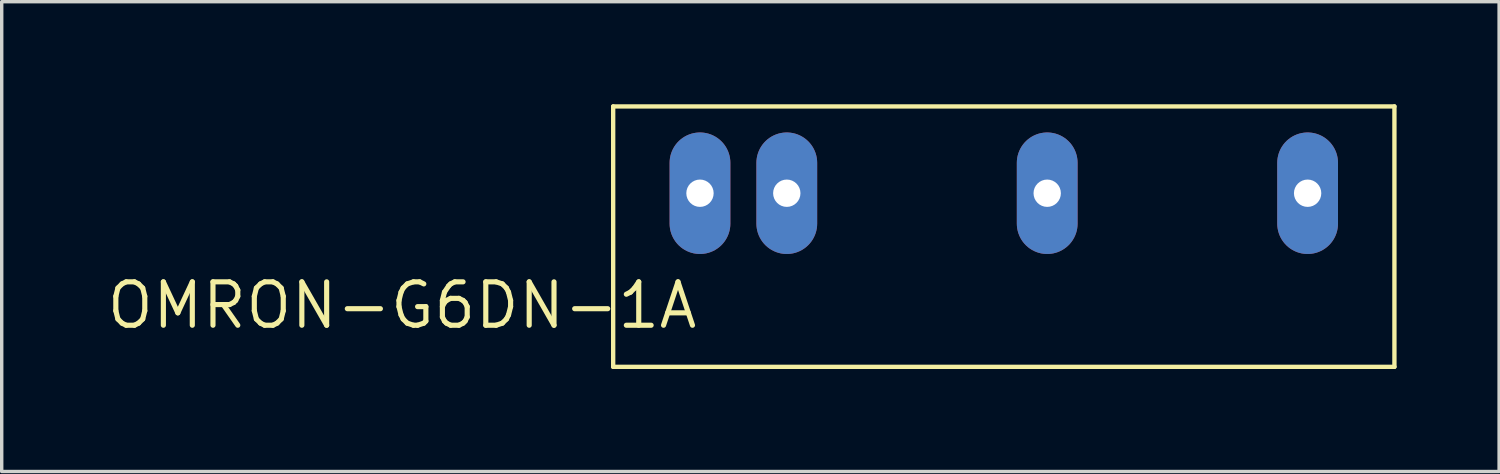
<source format=kicad_pcb>
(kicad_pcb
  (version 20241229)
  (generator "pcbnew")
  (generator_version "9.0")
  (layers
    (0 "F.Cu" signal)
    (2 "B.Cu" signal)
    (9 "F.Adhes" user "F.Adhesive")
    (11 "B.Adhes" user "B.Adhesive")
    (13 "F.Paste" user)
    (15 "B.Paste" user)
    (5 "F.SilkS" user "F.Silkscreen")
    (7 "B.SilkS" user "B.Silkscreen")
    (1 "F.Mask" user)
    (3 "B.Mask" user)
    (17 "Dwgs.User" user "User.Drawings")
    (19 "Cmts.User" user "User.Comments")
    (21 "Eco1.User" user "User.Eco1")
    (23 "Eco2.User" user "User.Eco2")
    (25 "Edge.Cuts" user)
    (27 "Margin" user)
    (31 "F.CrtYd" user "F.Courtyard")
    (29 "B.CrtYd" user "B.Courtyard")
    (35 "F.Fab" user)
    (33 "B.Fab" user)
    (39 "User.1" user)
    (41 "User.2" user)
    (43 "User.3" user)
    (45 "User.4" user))
  (footprint "OMRON-G6DN-1A"
    (layer "F.Cu")
    (at 17.432 5.144)
    (property "Reference" "OMRON-G6DN-1A" (at 0 0 0) (layer "F.SilkS") (effects (font (size 1.27 1.27) (thickness 0.15)) (justify right top)))
    (attr through_hole)
    (fp_line (start -2.54 -5.08) (end 20.32 -5.08) (stroke (width 0.127) (type solid)) (layer "F.SilkS"))
    (fp_line (start -2.54 2.54) (end -2.54 -5.08) (stroke (width 0.127) (type solid)) (layer "F.SilkS"))
    (fp_line (start 20.32 -5.08) (end 20.32 2.54) (stroke (width 0.127) (type solid)) (layer "F.SilkS"))
    (fp_line (start 20.32 2.54) (end -2.54 2.54) (stroke (width 0.127) (type solid)) (layer "F.SilkS"))
    (pad "P$1" thru_hole oval (at 0 -2.54 90) (size 3.556 1.778) (drill 0.8) (layers "*.Cu" "*.Mask"))
    (pad "P$2" thru_hole oval (at 2.54 -2.54 90) (size 3.556 1.778) (drill 0.8) (layers "*.Cu" "*.Mask"))
    (pad "P$3" thru_hole oval (at 10.16 -2.54 90) (size 3.556 1.778) (drill 0.8) (layers "*.Cu" "*.Mask"))
    (pad "P$4" thru_hole oval (at 17.78 -2.54 90) (size 3.556 1.778) (drill 0.8) (layers "*.Cu" "*.Mask")))
  (gr_rect
    (start -3 -3)
    (end 40.815 10.747)
    (stroke (width 0.1) (type default))
    (fill no)
    (layer "Edge.Cuts")))
</source>
